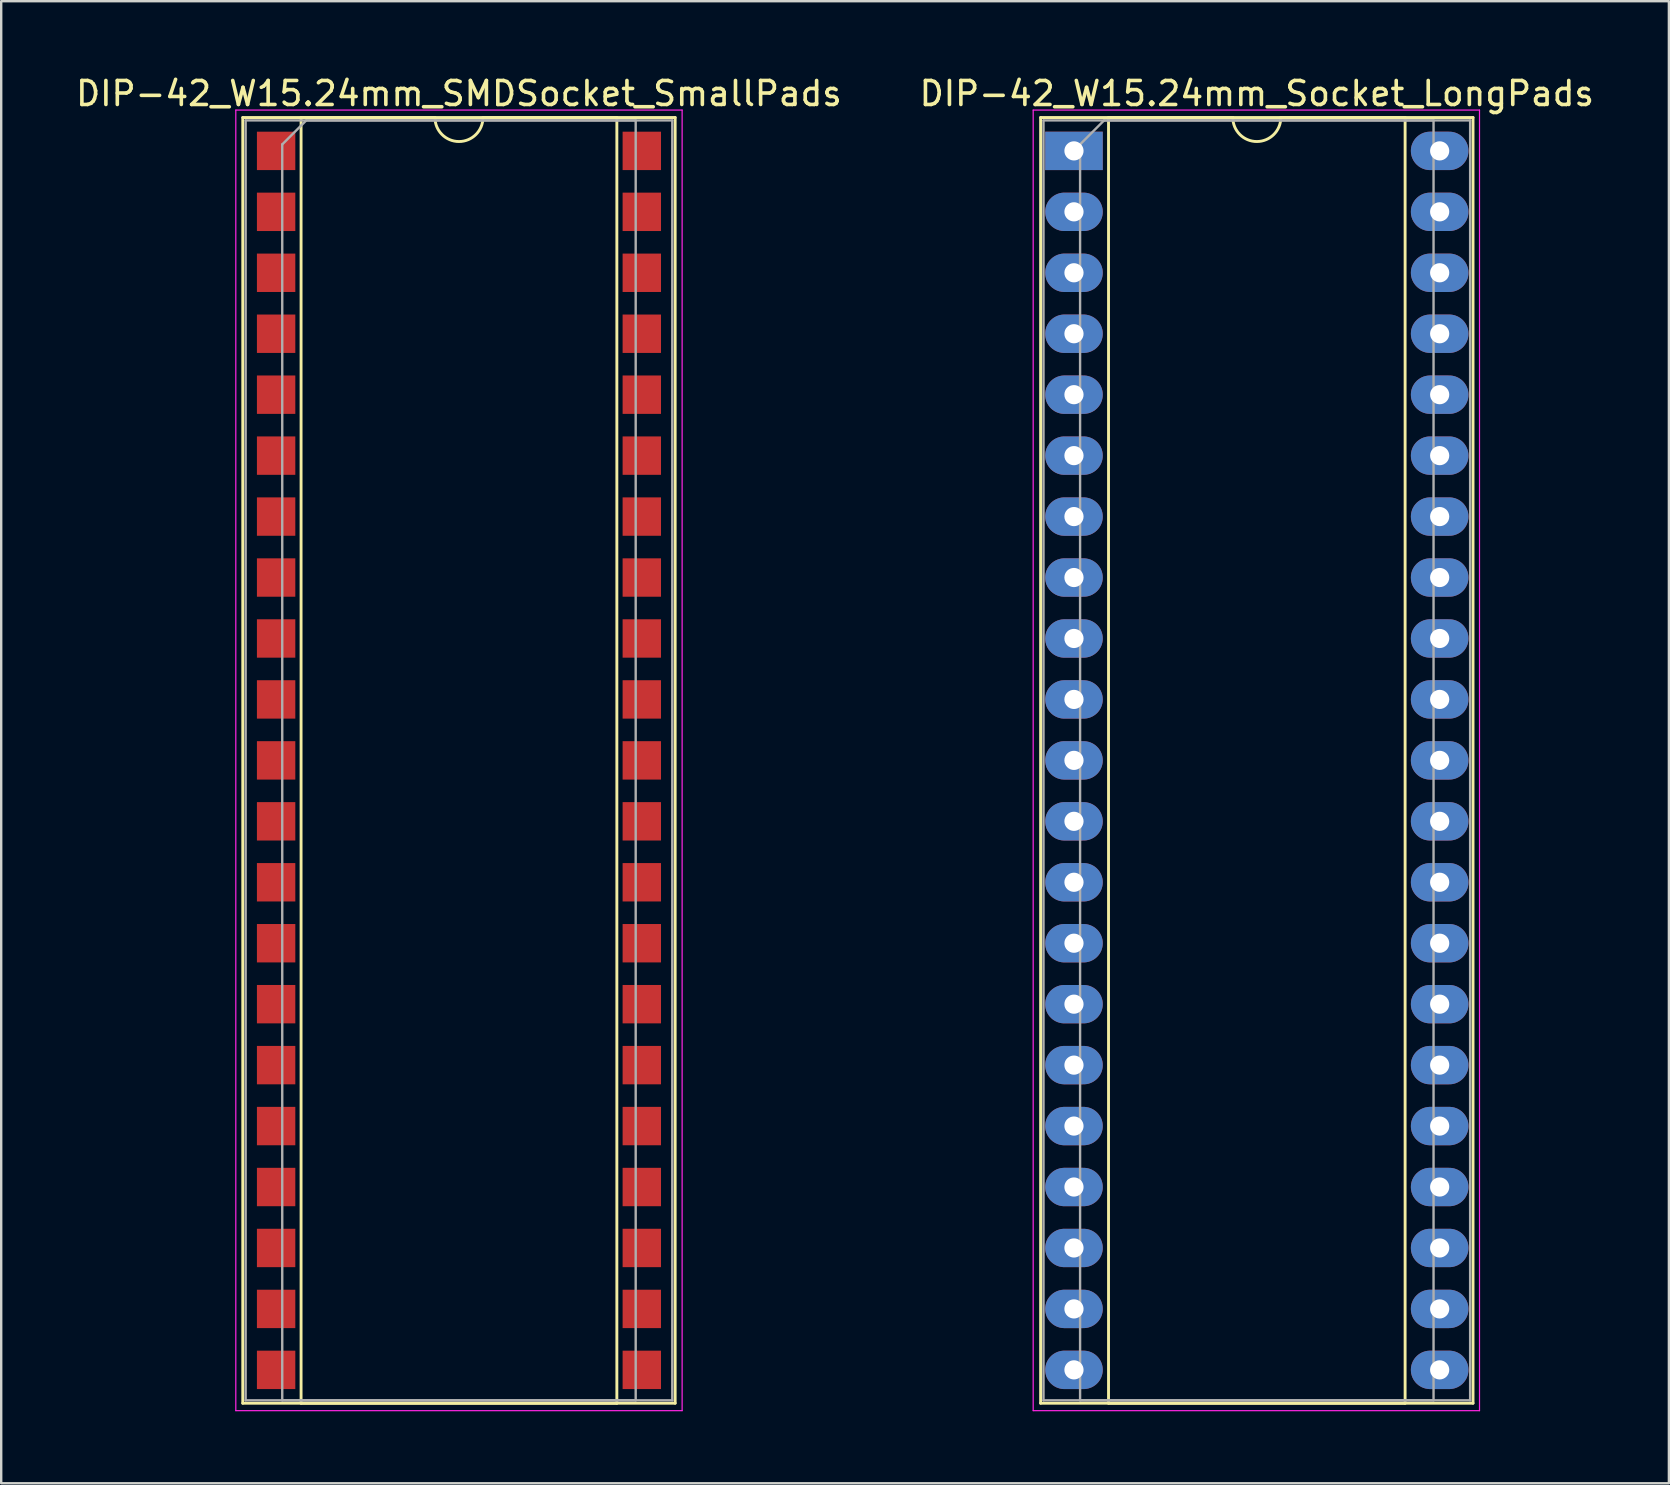
<source format=kicad_pcb>
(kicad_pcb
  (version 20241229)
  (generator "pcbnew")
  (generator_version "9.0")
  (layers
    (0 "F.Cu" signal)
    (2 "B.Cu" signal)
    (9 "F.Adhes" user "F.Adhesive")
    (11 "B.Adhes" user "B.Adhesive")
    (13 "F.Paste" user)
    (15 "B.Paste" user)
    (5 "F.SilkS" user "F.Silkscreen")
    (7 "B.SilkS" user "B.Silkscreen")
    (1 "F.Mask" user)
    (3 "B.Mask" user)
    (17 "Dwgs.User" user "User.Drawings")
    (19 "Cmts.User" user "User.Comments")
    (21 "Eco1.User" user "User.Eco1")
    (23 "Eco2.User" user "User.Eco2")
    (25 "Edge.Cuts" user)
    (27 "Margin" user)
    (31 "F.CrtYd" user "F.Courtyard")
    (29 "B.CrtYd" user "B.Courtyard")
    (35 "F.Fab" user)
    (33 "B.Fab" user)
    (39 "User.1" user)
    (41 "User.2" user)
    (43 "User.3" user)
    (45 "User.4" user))
  (footprint "DIP-42_W15.24mm_Socket_LongPads"
    (layer "F.Cu")
    (at 41.707 3.238)
    (property "Reference" "DIP-42_W15.24mm_Socket_LongPads" (at 7.62 -2.39 0) (layer "F.SilkS") (effects (font (size 1 1) (thickness 0.15))))
    (attr through_hole)
    (fp_line (start -1.39 -1.39) (end -1.39 52.19) (stroke (width 0.12) (type solid)) (layer "F.SilkS"))
    (fp_line (start -1.39 52.19) (end 16.63 52.19) (stroke (width 0.12) (type solid)) (layer "F.SilkS"))
    (fp_line (start 1.44 -1.39) (end 1.44 52.19) (stroke (width 0.12) (type solid)) (layer "F.SilkS"))
    (fp_line (start 1.44 52.19) (end 13.8 52.19) (stroke (width 0.12) (type solid)) (layer "F.SilkS"))
    (fp_line (start 6.62 -1.39) (end 1.44 -1.39) (stroke (width 0.12) (type solid)) (layer "F.SilkS"))
    (fp_line (start 13.8 -1.39) (end 8.62 -1.39) (stroke (width 0.12) (type solid)) (layer "F.SilkS"))
    (fp_line (start 13.8 52.19) (end 13.8 -1.39) (stroke (width 0.12) (type solid)) (layer "F.SilkS"))
    (fp_line (start 16.63 -1.39) (end -1.39 -1.39) (stroke (width 0.12) (type solid)) (layer "F.SilkS"))
    (fp_line (start 16.63 52.19) (end 16.63 -1.39) (stroke (width 0.12) (type solid)) (layer "F.SilkS"))
    (fp_arc (start 8.62 -1.39) (mid 7.62 -0.39) (end 6.62 -1.39) (stroke (width 0.12) (type solid)) (layer "F.SilkS"))
    (fp_line (start -1.7 -1.7) (end -1.7 52.5) (stroke (width 0.05) (type solid)) (layer "F.CrtYd"))
    (fp_line (start -1.7 52.5) (end 16.9 52.5) (stroke (width 0.05) (type solid)) (layer "F.CrtYd"))
    (fp_line (start 16.9 -1.7) (end -1.7 -1.7) (stroke (width 0.05) (type solid)) (layer "F.CrtYd"))
    (fp_line (start 16.9 52.5) (end 16.9 -1.7) (stroke (width 0.05) (type solid)) (layer "F.CrtYd"))
    (fp_line (start -1.27 -1.27) (end -1.27 52.07) (stroke (width 0.1) (type solid)) (layer "F.Fab"))
    (fp_line (start -1.27 52.07) (end 16.51 52.07) (stroke (width 0.1) (type solid)) (layer "F.Fab"))
    (fp_line (start 0.255 -0.27) (end 1.255 -1.27) (stroke (width 0.1) (type solid)) (layer "F.Fab"))
    (fp_line (start 0.255 52.07) (end 0.255 -0.27) (stroke (width 0.1) (type solid)) (layer "F.Fab"))
    (fp_line (start 1.255 -1.27) (end 14.985 -1.27) (stroke (width 0.1) (type solid)) (layer "F.Fab"))
    (fp_line (start 14.985 -1.27) (end 14.985 52.07) (stroke (width 0.1) (type solid)) (layer "F.Fab"))
    (fp_line (start 14.985 52.07) (end 0.255 52.07) (stroke (width 0.1) (type solid)) (layer "F.Fab"))
    (fp_line (start 16.51 -1.27) (end -1.27 -1.27) (stroke (width 0.1) (type solid)) (layer "F.Fab"))
    (fp_line (start 16.51 52.07) (end 16.51 -1.27) (stroke (width 0.1) (type solid)) (layer "F.Fab"))
    (pad "1" thru_hole rect (at 0 0) (size 2.4 1.6) (drill 0.8) (layers "*.Cu" "*.Mask"))
    (pad "2" thru_hole oval (at 0 2.54) (size 2.4 1.6) (drill 0.8) (layers "*.Cu" "*.Mask"))
    (pad "3" thru_hole oval (at 0 5.08) (size 2.4 1.6) (drill 0.8) (layers "*.Cu" "*.Mask"))
    (pad "4" thru_hole oval (at 0 7.62) (size 2.4 1.6) (drill 0.8) (layers "*.Cu" "*.Mask"))
    (pad "5" thru_hole oval (at 0 10.16) (size 2.4 1.6) (drill 0.8) (layers "*.Cu" "*.Mask"))
    (pad "6" thru_hole oval (at 0 12.7) (size 2.4 1.6) (drill 0.8) (layers "*.Cu" "*.Mask"))
    (pad "7" thru_hole oval (at 0 15.24) (size 2.4 1.6) (drill 0.8) (layers "*.Cu" "*.Mask"))
    (pad "8" thru_hole oval (at 0 17.78) (size 2.4 1.6) (drill 0.8) (layers "*.Cu" "*.Mask"))
    (pad "9" thru_hole oval (at 0 20.32) (size 2.4 1.6) (drill 0.8) (layers "*.Cu" "*.Mask"))
    (pad "10" thru_hole oval (at 0 22.86) (size 2.4 1.6) (drill 0.8) (layers "*.Cu" "*.Mask"))
    (pad "11" thru_hole oval (at 0 25.4) (size 2.4 1.6) (drill 0.8) (layers "*.Cu" "*.Mask"))
    (pad "12" thru_hole oval (at 0 27.94) (size 2.4 1.6) (drill 0.8) (layers "*.Cu" "*.Mask"))
    (pad "13" thru_hole oval (at 0 30.48) (size 2.4 1.6) (drill 0.8) (layers "*.Cu" "*.Mask"))
    (pad "14" thru_hole oval (at 0 33.02) (size 2.4 1.6) (drill 0.8) (layers "*.Cu" "*.Mask"))
    (pad "15" thru_hole oval (at 0 35.56) (size 2.4 1.6) (drill 0.8) (layers "*.Cu" "*.Mask"))
    (pad "16" thru_hole oval (at 0 38.1) (size 2.4 1.6) (drill 0.8) (layers "*.Cu" "*.Mask"))
    (pad "17" thru_hole oval (at 0 40.64) (size 2.4 1.6) (drill 0.8) (layers "*.Cu" "*.Mask"))
    (pad "18" thru_hole oval (at 0 43.18) (size 2.4 1.6) (drill 0.8) (layers "*.Cu" "*.Mask"))
    (pad "19" thru_hole oval (at 0 45.72) (size 2.4 1.6) (drill 0.8) (layers "*.Cu" "*.Mask"))
    (pad "20" thru_hole oval (at 0 48.26) (size 2.4 1.6) (drill 0.8) (layers "*.Cu" "*.Mask"))
    (pad "21" thru_hole oval (at 0 50.8) (size 2.4 1.6) (drill 0.8) (layers "*.Cu" "*.Mask"))
    (pad "22" thru_hole oval (at 15.24 50.8) (size 2.4 1.6) (drill 0.8) (layers "*.Cu" "*.Mask"))
    (pad "23" thru_hole oval (at 15.24 48.26) (size 2.4 1.6) (drill 0.8) (layers "*.Cu" "*.Mask"))
    (pad "24" thru_hole oval (at 15.24 45.72) (size 2.4 1.6) (drill 0.8) (layers "*.Cu" "*.Mask"))
    (pad "25" thru_hole oval (at 15.24 43.18) (size 2.4 1.6) (drill 0.8) (layers "*.Cu" "*.Mask"))
    (pad "26" thru_hole oval (at 15.24 40.64) (size 2.4 1.6) (drill 0.8) (layers "*.Cu" "*.Mask"))
    (pad "27" thru_hole oval (at 15.24 38.1) (size 2.4 1.6) (drill 0.8) (layers "*.Cu" "*.Mask"))
    (pad "28" thru_hole oval (at 15.24 35.56) (size 2.4 1.6) (drill 0.8) (layers "*.Cu" "*.Mask"))
    (pad "29" thru_hole oval (at 15.24 33.02) (size 2.4 1.6) (drill 0.8) (layers "*.Cu" "*.Mask"))
    (pad "30" thru_hole oval (at 15.24 30.48) (size 2.4 1.6) (drill 0.8) (layers "*.Cu" "*.Mask"))
    (pad "31" thru_hole oval (at 15.24 27.94) (size 2.4 1.6) (drill 0.8) (layers "*.Cu" "*.Mask"))
    (pad "32" thru_hole oval (at 15.24 25.4) (size 2.4 1.6) (drill 0.8) (layers "*.Cu" "*.Mask"))
    (pad "33" thru_hole oval (at 15.24 22.86) (size 2.4 1.6) (drill 0.8) (layers "*.Cu" "*.Mask"))
    (pad "34" thru_hole oval (at 15.24 20.32) (size 2.4 1.6) (drill 0.8) (layers "*.Cu" "*.Mask"))
    (pad "35" thru_hole oval (at 15.24 17.78) (size 2.4 1.6) (drill 0.8) (layers "*.Cu" "*.Mask"))
    (pad "36" thru_hole oval (at 15.24 15.24) (size 2.4 1.6) (drill 0.8) (layers "*.Cu" "*.Mask"))
    (pad "37" thru_hole oval (at 15.24 12.7) (size 2.4 1.6) (drill 0.8) (layers "*.Cu" "*.Mask"))
    (pad "38" thru_hole oval (at 15.24 10.16) (size 2.4 1.6) (drill 0.8) (layers "*.Cu" "*.Mask"))
    (pad "39" thru_hole oval (at 15.24 7.62) (size 2.4 1.6) (drill 0.8) (layers "*.Cu" "*.Mask"))
    (pad "40" thru_hole oval (at 15.24 5.08) (size 2.4 1.6) (drill 0.8) (layers "*.Cu" "*.Mask"))
    (pad "41" thru_hole oval (at 15.24 2.54) (size 2.4 1.6) (drill 0.8) (layers "*.Cu" "*.Mask"))
    (pad "42" thru_hole oval (at 15.24 0) (size 2.4 1.6) (drill 0.8) (layers "*.Cu" "*.Mask")))
  (footprint "DIP-42_W15.24mm_SMDSocket_SmallPads"
    (layer "F.Cu")
    (at 16.077 28.638)
    (property "Reference" "DIP-42_W15.24mm_SMDSocket_SmallPads" (at 0 -27.79 0) (layer "F.SilkS") (effects (font (size 1 1) (thickness 0.15))))
    (attr smd)
    (fp_line (start -9.01 -26.79) (end -9.01 26.79) (stroke (width 0.12) (type solid)) (layer "F.SilkS"))
    (fp_line (start -9.01 26.79) (end 9.01 26.79) (stroke (width 0.12) (type solid)) (layer "F.SilkS"))
    (fp_line (start -6.58 -26.79) (end -6.58 26.79) (stroke (width 0.12) (type solid)) (layer "F.SilkS"))
    (fp_line (start -6.58 26.79) (end 6.58 26.79) (stroke (width 0.12) (type solid)) (layer "F.SilkS"))
    (fp_line (start -1 -26.79) (end -6.58 -26.79) (stroke (width 0.12) (type solid)) (layer "F.SilkS"))
    (fp_line (start 6.58 -26.79) (end 1 -26.79) (stroke (width 0.12) (type solid)) (layer "F.SilkS"))
    (fp_line (start 6.58 26.79) (end 6.58 -26.79) (stroke (width 0.12) (type solid)) (layer "F.SilkS"))
    (fp_line (start 9.01 -26.79) (end -9.01 -26.79) (stroke (width 0.12) (type solid)) (layer "F.SilkS"))
    (fp_line (start 9.01 26.79) (end 9.01 -26.79) (stroke (width 0.12) (type solid)) (layer "F.SilkS"))
    (fp_arc (start 1 -26.79) (mid 0 -25.79) (end -1 -26.79) (stroke (width 0.12) (type solid)) (layer "F.SilkS"))
    (fp_line (start -9.3 -27.1) (end -9.3 27.1) (stroke (width 0.05) (type solid)) (layer "F.CrtYd"))
    (fp_line (start -9.3 27.1) (end 9.3 27.1) (stroke (width 0.05) (type solid)) (layer "F.CrtYd"))
    (fp_line (start 9.3 -27.1) (end -9.3 -27.1) (stroke (width 0.05) (type solid)) (layer "F.CrtYd"))
    (fp_line (start 9.3 27.1) (end 9.3 -27.1) (stroke (width 0.05) (type solid)) (layer "F.CrtYd"))
    (fp_line (start -8.89 -26.67) (end -8.89 26.67) (stroke (width 0.1) (type solid)) (layer "F.Fab"))
    (fp_line (start -8.89 26.67) (end 8.89 26.67) (stroke (width 0.1) (type solid)) (layer "F.Fab"))
    (fp_line (start -7.365 -25.67) (end -6.365 -26.67) (stroke (width 0.1) (type solid)) (layer "F.Fab"))
    (fp_line (start -7.365 26.67) (end -7.365 -25.67) (stroke (width 0.1) (type solid)) (layer "F.Fab"))
    (fp_line (start -6.365 -26.67) (end 7.365 -26.67) (stroke (width 0.1) (type solid)) (layer "F.Fab"))
    (fp_line (start 7.365 -26.67) (end 7.365 26.67) (stroke (width 0.1) (type solid)) (layer "F.Fab"))
    (fp_line (start 7.365 26.67) (end -7.365 26.67) (stroke (width 0.1) (type solid)) (layer "F.Fab"))
    (fp_line (start 8.89 -26.67) (end -8.89 -26.67) (stroke (width 0.1) (type solid)) (layer "F.Fab"))
    (fp_line (start 8.89 26.67) (end 8.89 -26.67) (stroke (width 0.1) (type solid)) (layer "F.Fab"))
    (pad "1" smd rect (at -7.62 -25.4) (size 1.6 1.6) (layers "F.Cu" "F.Mask"))
    (pad "2" smd rect (at -7.62 -22.86) (size 1.6 1.6) (layers "F.Cu" "F.Mask"))
    (pad "3" smd rect (at -7.62 -20.32) (size 1.6 1.6) (layers "F.Cu" "F.Mask"))
    (pad "4" smd rect (at -7.62 -17.78) (size 1.6 1.6) (layers "F.Cu" "F.Mask"))
    (pad "5" smd rect (at -7.62 -15.24) (size 1.6 1.6) (layers "F.Cu" "F.Mask"))
    (pad "6" smd rect (at -7.62 -12.7) (size 1.6 1.6) (layers "F.Cu" "F.Mask"))
    (pad "7" smd rect (at -7.62 -10.16) (size 1.6 1.6) (layers "F.Cu" "F.Mask"))
    (pad "8" smd rect (at -7.62 -7.62) (size 1.6 1.6) (layers "F.Cu" "F.Mask"))
    (pad "9" smd rect (at -7.62 -5.08) (size 1.6 1.6) (layers "F.Cu" "F.Mask"))
    (pad "10" smd rect (at -7.62 -2.54) (size 1.6 1.6) (layers "F.Cu" "F.Mask"))
    (pad "11" smd rect (at -7.62 0) (size 1.6 1.6) (layers "F.Cu" "F.Mask"))
    (pad "12" smd rect (at -7.62 2.54) (size 1.6 1.6) (layers "F.Cu" "F.Mask"))
    (pad "13" smd rect (at -7.62 5.08) (size 1.6 1.6) (layers "F.Cu" "F.Mask"))
    (pad "14" smd rect (at -7.62 7.62) (size 1.6 1.6) (layers "F.Cu" "F.Mask"))
    (pad "15" smd rect (at -7.62 10.16) (size 1.6 1.6) (layers "F.Cu" "F.Mask"))
    (pad "16" smd rect (at -7.62 12.7) (size 1.6 1.6) (layers "F.Cu" "F.Mask"))
    (pad "17" smd rect (at -7.62 15.24) (size 1.6 1.6) (layers "F.Cu" "F.Mask"))
    (pad "18" smd rect (at -7.62 17.78) (size 1.6 1.6) (layers "F.Cu" "F.Mask"))
    (pad "19" smd rect (at -7.62 20.32) (size 1.6 1.6) (layers "F.Cu" "F.Mask"))
    (pad "20" smd rect (at -7.62 22.86) (size 1.6 1.6) (layers "F.Cu" "F.Mask"))
    (pad "21" smd rect (at -7.62 25.4) (size 1.6 1.6) (layers "F.Cu" "F.Mask"))
    (pad "22" smd rect (at 7.62 25.4) (size 1.6 1.6) (layers "F.Cu" "F.Mask"))
    (pad "23" smd rect (at 7.62 22.86) (size 1.6 1.6) (layers "F.Cu" "F.Mask"))
    (pad "24" smd rect (at 7.62 20.32) (size 1.6 1.6) (layers "F.Cu" "F.Mask"))
    (pad "25" smd rect (at 7.62 17.78) (size 1.6 1.6) (layers "F.Cu" "F.Mask"))
    (pad "26" smd rect (at 7.62 15.24) (size 1.6 1.6) (layers "F.Cu" "F.Mask"))
    (pad "27" smd rect (at 7.62 12.7) (size 1.6 1.6) (layers "F.Cu" "F.Mask"))
    (pad "28" smd rect (at 7.62 10.16) (size 1.6 1.6) (layers "F.Cu" "F.Mask"))
    (pad "29" smd rect (at 7.62 7.62) (size 1.6 1.6) (layers "F.Cu" "F.Mask"))
    (pad "30" smd rect (at 7.62 5.08) (size 1.6 1.6) (layers "F.Cu" "F.Mask"))
    (pad "31" smd rect (at 7.62 2.54) (size 1.6 1.6) (layers "F.Cu" "F.Mask"))
    (pad "32" smd rect (at 7.62 0) (size 1.6 1.6) (layers "F.Cu" "F.Mask"))
    (pad "33" smd rect (at 7.62 -2.54) (size 1.6 1.6) (layers "F.Cu" "F.Mask"))
    (pad "34" smd rect (at 7.62 -5.08) (size 1.6 1.6) (layers "F.Cu" "F.Mask"))
    (pad "35" smd rect (at 7.62 -7.62) (size 1.6 1.6) (layers "F.Cu" "F.Mask"))
    (pad "36" smd rect (at 7.62 -10.16) (size 1.6 1.6) (layers "F.Cu" "F.Mask"))
    (pad "37" smd rect (at 7.62 -12.7) (size 1.6 1.6) (layers "F.Cu" "F.Mask"))
    (pad "38" smd rect (at 7.62 -15.24) (size 1.6 1.6) (layers "F.Cu" "F.Mask"))
    (pad "39" smd rect (at 7.62 -17.78) (size 1.6 1.6) (layers "F.Cu" "F.Mask"))
    (pad "40" smd rect (at 7.62 -20.32) (size 1.6 1.6) (layers "F.Cu" "F.Mask"))
    (pad "41" smd rect (at 7.62 -22.86) (size 1.6 1.6) (layers "F.Cu" "F.Mask"))
    (pad "42" smd rect (at 7.62 -25.4) (size 1.6 1.6) (layers "F.Cu" "F.Mask")))
  (gr_rect
    (start -3 -3)
    (end 66.5 58.763)
    (stroke (width 0.1) (type default))
    (fill no)
    (layer "Edge.Cuts")))
</source>
